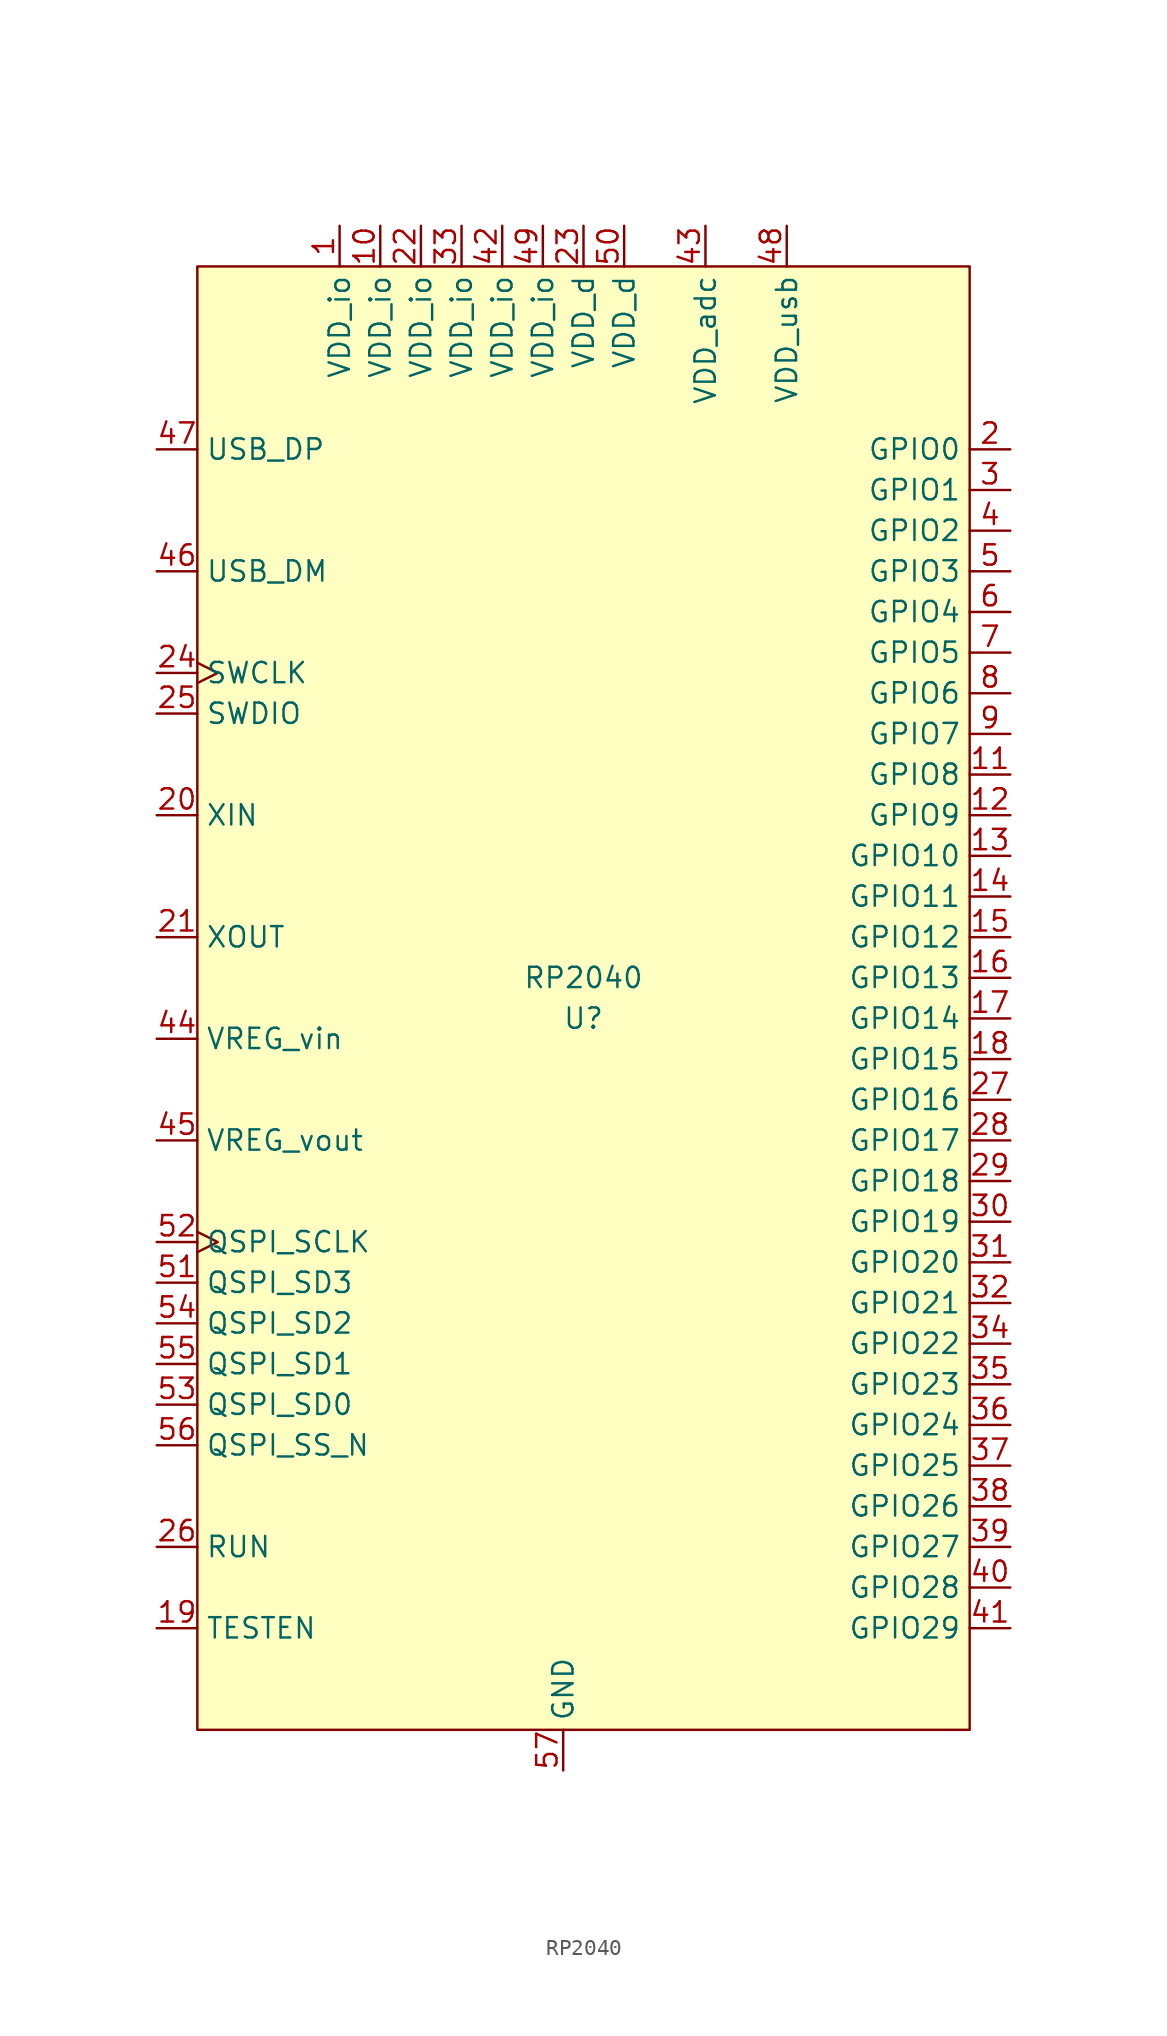
<source format=kicad_sym>
(kicad_symbol_lib
  (version 20211014)
  (generator kicad_symbol_editor)
  (symbol "RP2040"
    (property "Reference" "U"
      (at 0 -1.27 0)
      (effects (font (size 1.27 1.27))))
    (property "Value" "RP2040"
      (at 0 1.27 0)
      (effects (font (size 1.27 1.27))))
    (symbol "RP2040_0_1"
      (rectangle (start -24.13 45.72) (end 24.13 -45.72) (stroke (width 0) (type default) (color 0 0 0 0)) (fill (type background))))
    (symbol "RP2040_1_1"
      (pin power_in line (at -15.24 48.26 270) (length 2.54) (name "VDD_io" (effects (font (size 1.27 1.27)))) (number "1" (effects (font (size 1.27 1.27)))))
      (pin power_in line (at -12.7 48.26 270) (length 2.54) (name "VDD_io" (effects (font (size 1.27 1.27)))) (number "10" (effects (font (size 1.27 1.27)))))
      (pin bidirectional line (at 26.67 13.97 180) (length 2.54) (name "GPIO8" (effects (font (size 1.27 1.27)))) (number "11" (effects (font (size 1.27 1.27)))) (alternate "I2C0_SDA" bidirectional line) (alternate "PIO0" bidirectional line) (alternate "PIO1" bidirectional line) (alternate "PWM4_A" bidirectional line) (alternate "SPI1_RX" input line) (alternate "UART1_TX" output line) (alternate "USB_VBUS_EN" bidirectional line))
      (pin bidirectional line (at 26.67 11.43 180) (length 2.54) (name "GPIO9" (effects (font (size 1.27 1.27)))) (number "12" (effects (font (size 1.27 1.27)))) (alternate "I2C0_SCL" bidirectional clock) (alternate "PIO0" bidirectional line) (alternate "PIO1" bidirectional line) (alternate "PWM4_B" bidirectional line) (alternate "SPI1_CSn" bidirectional line) (alternate "UART1_RX" input line) (alternate "USB_OVCUR_DET" bidirectional line))
      (pin bidirectional line (at 26.67 8.89 180) (length 2.54) (name "GPIO10" (effects (font (size 1.27 1.27)))) (number "13" (effects (font (size 1.27 1.27)))) (alternate "I2C1_SDA" bidirectional line) (alternate "PIO0" bidirectional line) (alternate "PIO1" bidirectional line) (alternate "PWM5_A" bidirectional line) (alternate "SPI1_SCK" bidirectional clock) (alternate "UART1_CTS" bidirectional line) (alternate "USB_VBUS_DET" bidirectional line))
      (pin bidirectional line (at 26.67 6.35 180) (length 2.54) (name "GPIO11" (effects (font (size 1.27 1.27)))) (number "14" (effects (font (size 1.27 1.27)))) (alternate "I2C1_SCL" bidirectional clock) (alternate "PIO0" bidirectional line) (alternate "PIO1" bidirectional line) (alternate "PWM5_B" bidirectional line) (alternate "SPI1_TX" output line) (alternate "UART1_RTS" bidirectional line) (alternate "USB_VBUS_EN" bidirectional line))
      (pin bidirectional line (at 26.67 3.81 180) (length 2.54) (name "GPIO12" (effects (font (size 1.27 1.27)))) (number "15" (effects (font (size 1.27 1.27)))) (alternate "I2C0_SDA" bidirectional line) (alternate "PIO0" bidirectional line) (alternate "PIO1" bidirectional line) (alternate "PWM6_A" bidirectional line) (alternate "SPI1_RX" input line) (alternate "UART0_TX" output line) (alternate "USB_OVCUR_DET" bidirectional line))
      (pin bidirectional line (at 26.67 1.27 180) (length 2.54) (name "GPIO13" (effects (font (size 1.27 1.27)))) (number "16" (effects (font (size 1.27 1.27)))) (alternate "I2C0_SCL" bidirectional clock) (alternate "PIO0" bidirectional line) (alternate "PIO1" bidirectional line) (alternate "PWM6_B" bidirectional line) (alternate "SPI1_CSn" bidirectional line) (alternate "UART0_RX" input line) (alternate "USB_VBUS_DET" bidirectional line))
      (pin bidirectional line (at 26.67 -1.27 180) (length 2.54) (name "GPIO14" (effects (font (size 1.27 1.27)))) (number "17" (effects (font (size 1.27 1.27)))) (alternate "I2C1_SDA" bidirectional line) (alternate "PIO0" bidirectional line) (alternate "PIO1" bidirectional line) (alternate "PWM7_A" bidirectional line) (alternate "SPI1_SCK" bidirectional clock) (alternate "UART0_CTS" bidirectional line) (alternate "USB_VBUS_EN" bidirectional line))
      (pin bidirectional line (at 26.67 -3.81 180) (length 2.54) (name "GPIO15" (effects (font (size 1.27 1.27)))) (number "18" (effects (font (size 1.27 1.27)))) (alternate "I2C1_SCL" bidirectional clock) (alternate "PIO0" bidirectional line) (alternate "PIO1" bidirectional line) (alternate "PWM7_B" bidirectional line) (alternate "SPI1_TX" output line) (alternate "UART0_RTS" bidirectional line) (alternate "USB_OVCUR_DET" bidirectional line))
      (pin input line (at -26.67 -39.37 0) (length 2.54) (name "TESTEN" (effects (font (size 1.27 1.27)))) (number "19" (effects (font (size 1.27 1.27)))))
      (pin bidirectional line (at 26.67 34.29 180) (length 2.54) (name "GPIO0" (effects (font (size 1.27 1.27)))) (number "2" (effects (font (size 1.27 1.27)))) (alternate "I2C0_SDA" bidirectional line) (alternate "PIO0" bidirectional line) (alternate "PIO1" bidirectional line) (alternate "PWM0_A" bidirectional line) (alternate "SPIO0_RX" input line) (alternate "UART0_TX" output line) (alternate "USB_OVCUR_DET" bidirectional line))
      (pin input line (at -26.67 11.43 0) (length 2.54) (name "XIN" (effects (font (size 1.27 1.27)))) (number "20" (effects (font (size 1.27 1.27)))))
      (pin output line (at -26.67 3.81 0) (length 2.54) (name "XOUT" (effects (font (size 1.27 1.27)))) (number "21" (effects (font (size 1.27 1.27)))))
      (pin power_in line (at -10.16 48.26 270) (length 2.54) (name "VDD_io" (effects (font (size 1.27 1.27)))) (number "22" (effects (font (size 1.27 1.27)))))
      (pin power_in line (at 0 48.26 270) (length 2.54) (name "VDD_d" (effects (font (size 1.27 1.27)))) (number "23" (effects (font (size 1.27 1.27)))))
      (pin input clock (at -26.67 20.32 0) (length 2.54) (name "SWCLK" (effects (font (size 1.27 1.27)))) (number "24" (effects (font (size 1.27 1.27)))))
      (pin bidirectional line (at -26.67 17.78 0) (length 2.54) (name "SWDIO" (effects (font (size 1.27 1.27)))) (number "25" (effects (font (size 1.27 1.27)))))
      (pin input line (at -26.67 -34.29 0) (length 2.54) (name "RUN" (effects (font (size 1.27 1.27)))) (number "26" (effects (font (size 1.27 1.27)))))
      (pin bidirectional line (at 26.67 -6.35 180) (length 2.54) (name "GPIO16" (effects (font (size 1.27 1.27)))) (number "27" (effects (font (size 1.27 1.27)))) (alternate "I2C0_SDA" bidirectional line) (alternate "PIO0" bidirectional line) (alternate "PIO1" bidirectional line) (alternate "PWM0_A" bidirectional line) (alternate "SPI0_RX" input line) (alternate "UART0_TX" output line) (alternate "USB_VBUS_DET" bidirectional line))
      (pin bidirectional line (at 26.67 -8.89 180) (length 2.54) (name "GPIO17" (effects (font (size 1.27 1.27)))) (number "28" (effects (font (size 1.27 1.27)))) (alternate "I2C0_SCL" bidirectional clock) (alternate "PIO0" bidirectional line) (alternate "PIO1" bidirectional line) (alternate "PWM0_B" bidirectional line) (alternate "SPI0_CSn" bidirectional line) (alternate "UART0_RX" input line) (alternate "USB_VBUS_EN" bidirectional line))
      (pin bidirectional line (at 26.67 -11.43 180) (length 2.54) (name "GPIO18" (effects (font (size 1.27 1.27)))) (number "29" (effects (font (size 1.27 1.27)))) (alternate "I2C1_SDA" bidirectional line) (alternate "PIO0" bidirectional line) (alternate "PIO1" bidirectional line) (alternate "PWM1_A" bidirectional line) (alternate "SPI0_SCK" bidirectional clock) (alternate "UART0_CTS" bidirectional line) (alternate "USB_OVCUR_DET" bidirectional line))
      (pin bidirectional line (at 26.67 31.75 180) (length 2.54) (name "GPIO1" (effects (font (size 1.27 1.27)))) (number "3" (effects (font (size 1.27 1.27)))) (alternate "I2C0_SCL" bidirectional clock) (alternate "PIO0" bidirectional line) (alternate "PIO1" bidirectional line) (alternate "PWM0_B" bidirectional line) (alternate "SPIO_CSn" input line) (alternate "UART0_RX" input line) (alternate "USB_VBUS_DET" bidirectional line))
      (pin bidirectional line (at 26.67 -13.97 180) (length 2.54) (name "GPIO19" (effects (font (size 1.27 1.27)))) (number "30" (effects (font (size 1.27 1.27)))) (alternate "I2C1_SCL" bidirectional clock) (alternate "PIO0" bidirectional line) (alternate "PIO1" bidirectional line) (alternate "PWM1_B" bidirectional line) (alternate "SPI0_TX" output line) (alternate "UART0_RTS" output line) (alternate "USB_VBUS_DET" bidirectional line))
      (pin bidirectional line (at 26.67 -16.51 180) (length 2.54) (name "GPIO20" (effects (font (size 1.27 1.27)))) (number "31" (effects (font (size 1.27 1.27)))) (alternate "CLOCK_GPIN0" bidirectional clock) (alternate "I2C0_SDA" bidirectional line) (alternate "PIO0" bidirectional line) (alternate "PIO1" bidirectional line) (alternate "PWM2_A" bidirectional line) (alternate "SPI0_RX" input line) (alternate "UART1_TX" output line) (alternate "USB_VBUS_EN" bidirectional line))
      (pin bidirectional line (at 26.67 -19.05 180) (length 2.54) (name "GPIO21" (effects (font (size 1.27 1.27)))) (number "32" (effects (font (size 1.27 1.27)))) (alternate "CLOCK_GPOUT0" bidirectional clock) (alternate "I2C0_SCL" bidirectional clock) (alternate "PIO0" bidirectional line) (alternate "PIO1" bidirectional line) (alternate "PWM2_B" bidirectional line) (alternate "SPI0_CSn" bidirectional line) (alternate "UART1_RX" input line) (alternate "USB_OVCUR_DET" bidirectional line))
      (pin power_in line (at -7.62 48.26 270) (length 2.54) (name "VDD_io" (effects (font (size 1.27 1.27)))) (number "33" (effects (font (size 1.27 1.27)))))
      (pin bidirectional line (at 26.67 -21.59 180) (length 2.54) (name "GPIO22" (effects (font (size 1.27 1.27)))) (number "34" (effects (font (size 1.27 1.27)))) (alternate "CLOCK_GPIN1" bidirectional clock) (alternate "I2C1_SDA" bidirectional line) (alternate "PIO0" bidirectional line) (alternate "PIO1" bidirectional line) (alternate "PWM3_A" bidirectional line) (alternate "SPI0_SCK" bidirectional clock) (alternate "UART1_CTS" bidirectional line) (alternate "USB_VBUS_DET" bidirectional line))
      (pin bidirectional line (at 26.67 -24.13 180) (length 2.54) (name "GPIO23" (effects (font (size 1.27 1.27)))) (number "35" (effects (font (size 1.27 1.27)))) (alternate "CLOCK_GPOUT_1" bidirectional clock) (alternate "I2C1_SCL" bidirectional clock) (alternate "PIO0" bidirectional line) (alternate "PIO1" bidirectional line) (alternate "PWM3_B" bidirectional line) (alternate "SPI0_TX" output line) (alternate "UART1_RTS" bidirectional line) (alternate "USB_VBUS_EN" bidirectional line))
      (pin bidirectional line (at 26.67 -26.67 180) (length 2.54) (name "GPIO24" (effects (font (size 1.27 1.27)))) (number "36" (effects (font (size 1.27 1.27)))) (alternate "CLOCK_GPOUT2" bidirectional clock) (alternate "I2C0_SDA" bidirectional line) (alternate "PIO0" bidirectional line) (alternate "PIO1" bidirectional line) (alternate "PWM4_A" bidirectional line) (alternate "SPI1_RX" input line) (alternate "UART1_TX" output line) (alternate "USB_OVCUR_DET" bidirectional line))
      (pin bidirectional line (at 26.67 -29.21 180) (length 2.54) (name "GPIO25" (effects (font (size 1.27 1.27)))) (number "37" (effects (font (size 1.27 1.27)))) (alternate "CLOCK_GPOUT3" bidirectional clock) (alternate "I2C0_SCL" bidirectional clock) (alternate "PIO0" bidirectional line) (alternate "PIO1" bidirectional line) (alternate "PWM4_B" bidirectional line) (alternate "SPI1_CSn" bidirectional line) (alternate "UART1_RX" input line) (alternate "USB_VBUS_DET" bidirectional line))
      (pin bidirectional line (at 26.67 -31.75 180) (length 2.54) (name "GPIO26" (effects (font (size 1.27 1.27)))) (number "38" (effects (font (size 1.27 1.27)))) (alternate "I2C1_SDA" bidirectional line) (alternate "PIO0" bidirectional line) (alternate "PIO1" bidirectional line) (alternate "PWM5_A" bidirectional line) (alternate "SPI1_SCK" bidirectional clock) (alternate "UART1_CTS" bidirectional line) (alternate "USB_VBUS_EN" bidirectional line))
      (pin bidirectional line (at 26.67 -34.29 180) (length 2.54) (name "GPIO27" (effects (font (size 1.27 1.27)))) (number "39" (effects (font (size 1.27 1.27)))) (alternate "I2C1_SCL" bidirectional clock) (alternate "PIO0" bidirectional line) (alternate "PIO1" bidirectional line) (alternate "PWM5_B" bidirectional line) (alternate "SPI1_TX" output line) (alternate "UART1_RTS" bidirectional line) (alternate "USB_OVCUR_DET" bidirectional line))
      (pin bidirectional line (at 26.67 29.21 180) (length 2.54) (name "GPIO2" (effects (font (size 1.27 1.27)))) (number "4" (effects (font (size 1.27 1.27)))) (alternate "I2C1_SDA" bidirectional line) (alternate "PIO0" bidirectional line) (alternate "PIO1" bidirectional line) (alternate "PWM1_A" bidirectional line) (alternate "SPIO_SCK" bidirectional clock) (alternate "UART0_CTS" bidirectional line) (alternate "USB_VBUS_EN" bidirectional line))
      (pin bidirectional line (at 26.67 -36.83 180) (length 2.54) (name "GPIO28" (effects (font (size 1.27 1.27)))) (number "40" (effects (font (size 1.27 1.27)))) (alternate "I2C0_SDA" bidirectional line) (alternate "PIO0" bidirectional line) (alternate "PIO1" bidirectional line) (alternate "PWM6_A" bidirectional line) (alternate "SPI1_RX" input line) (alternate "UART0_TX" output line) (alternate "USB_VBUS_DET" bidirectional line))
      (pin bidirectional line (at 26.67 -39.37 180) (length 2.54) (name "GPIO29" (effects (font (size 1.27 1.27)))) (number "41" (effects (font (size 1.27 1.27)))) (alternate "I2C0_SCL" bidirectional clock) (alternate "PIO0" bidirectional line) (alternate "PIO1" bidirectional line) (alternate "PWM6_B" bidirectional line) (alternate "SPI1_CSn" bidirectional line) (alternate "UART0_RX" input line) (alternate "USB_VBUS_EN" bidirectional line))
      (pin power_in line (at -5.08 48.26 270) (length 2.54) (name "VDD_io" (effects (font (size 1.27 1.27)))) (number "42" (effects (font (size 1.27 1.27)))))
      (pin power_in line (at 7.62 48.26 270) (length 2.54) (name "VDD_adc" (effects (font (size 1.27 1.27)))) (number "43" (effects (font (size 1.27 1.27)))))
      (pin input line (at -26.67 -2.54 0) (length 2.54) (name "VREG_vin" (effects (font (size 1.27 1.27)))) (number "44" (effects (font (size 1.27 1.27)))))
      (pin output line (at -26.67 -8.89 0) (length 2.54) (name "VREG_vout" (effects (font (size 1.27 1.27)))) (number "45" (effects (font (size 1.27 1.27)))))
      (pin bidirectional line (at -26.67 26.67 0) (length 2.54) (name "USB_DM" (effects (font (size 1.27 1.27)))) (number "46" (effects (font (size 1.27 1.27)))))
      (pin bidirectional line (at -26.67 34.29 0) (length 2.54) (name "USB_DP" (effects (font (size 1.27 1.27)))) (number "47" (effects (font (size 1.27 1.27)))))
      (pin power_in line (at 12.7 48.26 270) (length 2.54) (name "VDD_usb" (effects (font (size 1.27 1.27)))) (number "48" (effects (font (size 1.27 1.27)))))
      (pin power_in line (at -2.54 48.26 270) (length 2.54) (name "VDD_io" (effects (font (size 1.27 1.27)))) (number "49" (effects (font (size 1.27 1.27)))))
      (pin bidirectional line (at 26.67 26.67 180) (length 2.54) (name "GPIO3" (effects (font (size 1.27 1.27)))) (number "5" (effects (font (size 1.27 1.27)))) (alternate "I2C1_SCL" bidirectional clock) (alternate "PIO0" bidirectional line) (alternate "PIO1" bidirectional line) (alternate "PWM1_B" bidirectional line) (alternate "SPIO_TX" output line) (alternate "UART0_RTS" bidirectional line) (alternate "USB_OVCUR_DET" bidirectional line))
      (pin power_in line (at 2.54 48.26 270) (length 2.54) (name "VDD_d" (effects (font (size 1.27 1.27)))) (number "50" (effects (font (size 1.27 1.27)))))
      (pin bidirectional line (at -26.67 -17.78 0) (length 2.54) (name "QSPI_SD3" (effects (font (size 1.27 1.27)))) (number "51" (effects (font (size 1.27 1.27)))))
      (pin bidirectional clock (at -26.67 -15.24 0) (length 2.54) (name "QSPI_SCLK" (effects (font (size 1.27 1.27)))) (number "52" (effects (font (size 1.27 1.27)))))
      (pin bidirectional line (at -26.67 -25.4 0) (length 2.54) (name "QSPI_SD0" (effects (font (size 1.27 1.27)))) (number "53" (effects (font (size 1.27 1.27)))))
      (pin bidirectional line (at -26.67 -20.32 0) (length 2.54) (name "QSPI_SD2" (effects (font (size 1.27 1.27)))) (number "54" (effects (font (size 1.27 1.27)))))
      (pin bidirectional line (at -26.67 -22.86 0) (length 2.54) (name "QSPI_SD1" (effects (font (size 1.27 1.27)))) (number "55" (effects (font (size 1.27 1.27)))))
      (pin bidirectional line (at -26.67 -27.94 0) (length 2.54) (name "QSPI_SS_N" (effects (font (size 1.27 1.27)))) (number "56" (effects (font (size 1.27 1.27)))))
      (pin power_out line (at -1.27 -48.26 90) (length 2.54) (name "GND" (effects (font (size 1.27 1.27)))) (number "57" (effects (font (size 1.27 1.27)))))
      (pin bidirectional line (at 26.67 24.13 180) (length 2.54) (name "GPIO4" (effects (font (size 1.27 1.27)))) (number "6" (effects (font (size 1.27 1.27)))) (alternate "I2C0_SDA" bidirectional line) (alternate "PIO0" bidirectional line) (alternate "PIO1" bidirectional line) (alternate "PWM2_A" bidirectional line) (alternate "SPIO_RX" input line) (alternate "UART1_TX" output line) (alternate "USB_VBUS_DET" bidirectional line))
      (pin bidirectional line (at 26.67 21.59 180) (length 2.54) (name "GPIO5" (effects (font (size 1.27 1.27)))) (number "7" (effects (font (size 1.27 1.27)))) (alternate "I2C0_SCL" bidirectional clock) (alternate "PIO0" bidirectional line) (alternate "PIO1" bidirectional line) (alternate "PWM2_B" bidirectional line) (alternate "SPIO_CSn" bidirectional line) (alternate "UART1_RX" input line) (alternate "USB_VBUS_EN" bidirectional line))
      (pin bidirectional line (at 26.67 19.05 180) (length 2.54) (name "GPIO6" (effects (font (size 1.27 1.27)))) (number "8" (effects (font (size 1.27 1.27)))) (alternate "I2C1_SDA" bidirectional line) (alternate "PIO0" bidirectional line) (alternate "PIO1" bidirectional line) (alternate "PWM3_A" bidirectional line) (alternate "SPIO_SCK" bidirectional clock) (alternate "UART1_CTS" bidirectional line) (alternate "USB_OVCUR_DET" bidirectional line))
      (pin bidirectional line (at 26.67 16.51 180) (length 2.54) (name "GPIO7" (effects (font (size 1.27 1.27)))) (number "9" (effects (font (size 1.27 1.27)))) (alternate "I2C1_SCL" bidirectional clock) (alternate "PIO0" bidirectional line) (alternate "PIO1" bidirectional line) (alternate "PWM3_B" bidirectional line) (alternate "SPIO_TX" output line) (alternate "UART1_RTS" bidirectional line) (alternate "USB_VBUS_DET" bidirectional line)))))
</source>
